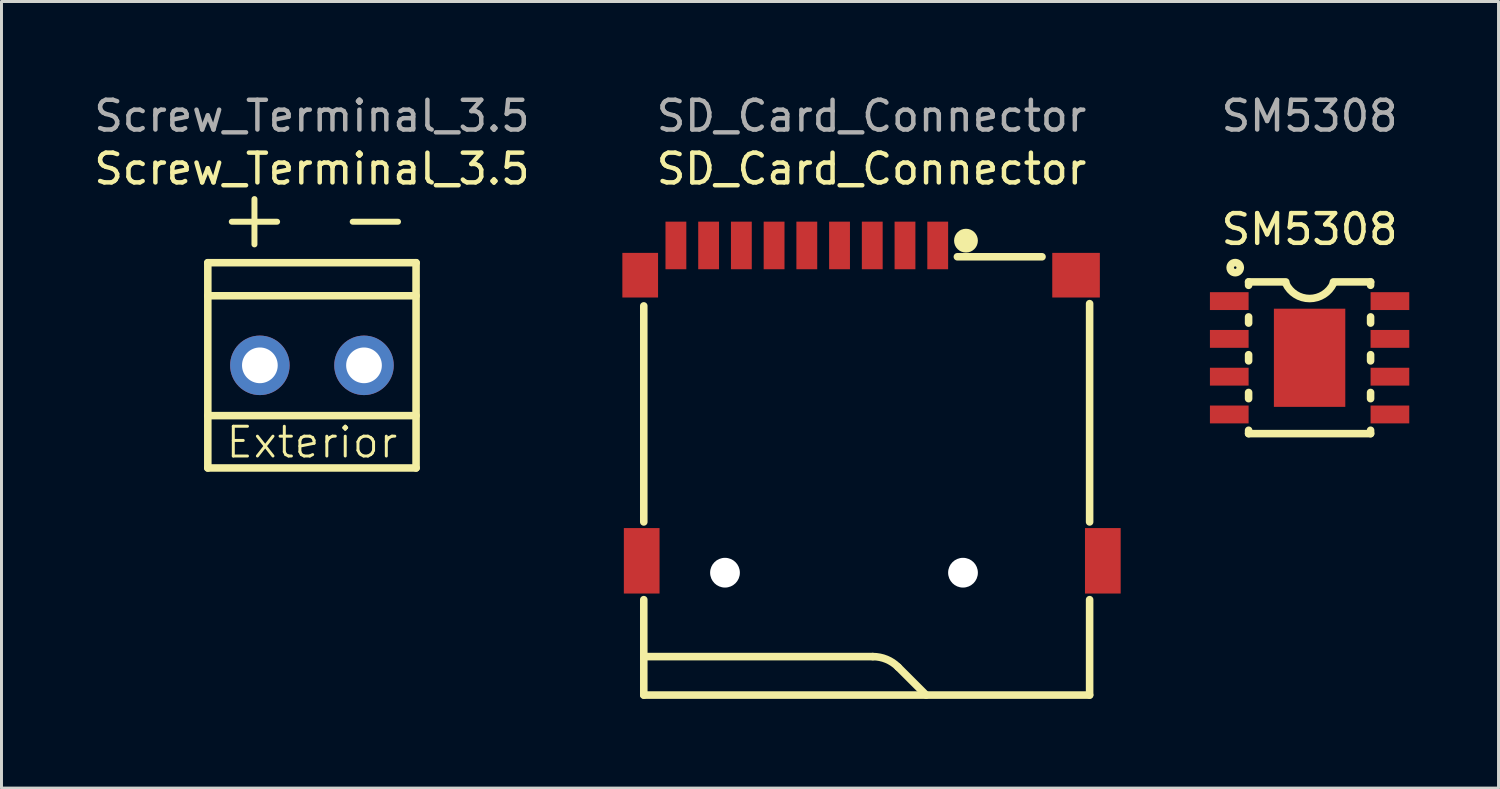
<source format=kicad_pcb>
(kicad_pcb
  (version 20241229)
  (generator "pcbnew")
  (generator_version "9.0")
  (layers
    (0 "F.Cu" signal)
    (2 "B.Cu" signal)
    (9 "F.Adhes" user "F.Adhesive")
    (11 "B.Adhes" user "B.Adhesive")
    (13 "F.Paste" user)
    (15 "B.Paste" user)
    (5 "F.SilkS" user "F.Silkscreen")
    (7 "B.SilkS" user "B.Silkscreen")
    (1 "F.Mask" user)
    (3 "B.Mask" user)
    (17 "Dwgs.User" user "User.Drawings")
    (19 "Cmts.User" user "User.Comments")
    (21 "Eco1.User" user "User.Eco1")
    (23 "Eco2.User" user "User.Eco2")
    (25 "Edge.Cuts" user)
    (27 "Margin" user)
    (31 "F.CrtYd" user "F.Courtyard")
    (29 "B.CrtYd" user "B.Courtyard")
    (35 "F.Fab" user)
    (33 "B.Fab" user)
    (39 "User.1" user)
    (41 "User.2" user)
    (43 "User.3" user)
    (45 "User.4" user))
  (footprint "SD_Card_Connector"
    (layer "F.Cu")
    (at 26.244 10.5)
    (property "Reference" "SD_Card_Connector" (at 0 -7.874 0) (unlocked yes) (layer "F.SilkS") (effects (font (size 1 1) (thickness 0.15))))
    (attr smd)
    (fp_line (start -7.655 3.994) (end -7.655 -3.268) (stroke (width 0.254) (type solid)) (layer "F.SilkS"))
    (fp_line (start -7.655 8.52) (end 0.045 8.52) (stroke (width 0.254) (type solid)) (layer "F.SilkS"))
    (fp_line (start -7.655 9.813) (end -7.655 6.606) (stroke (width 0.254) (type solid)) (layer "F.SilkS"))
    (fp_line (start 0.894 8.871) (end 1.836 9.813) (stroke (width 0.254) (type solid)) (layer "F.SilkS"))
    (fp_line (start 2.886 -4.919) (end 5.731 -4.919) (stroke (width 0.254) (type solid)) (layer "F.SilkS"))
    (fp_line (start 7.331 -3.344) (end 7.331 3.994) (stroke (width 0.254) (type solid)) (layer "F.SilkS"))
    (fp_line (start 7.331 6.606) (end 7.331 9.813) (stroke (width 0.254) (type solid)) (layer "F.SilkS"))
    (fp_line (start 7.331 9.813) (end -7.655 9.813) (stroke (width 0.254) (type solid)) (layer "F.SilkS"))
    (fp_arc (start 0.045 8.52) (mid 0.50421 8.611341) (end 0.893513 8.871457) (stroke (width 0.254) (type solid)) (layer "F.SilkS"))
    (fp_circle (center 3.175 -5.461) (end 3.375 -5.461) (stroke (width 0.4) (type solid)) (fill no) (layer "F.SilkS"))
    (fp_circle (center -4.925 5.7) (end -4.725 5.7) (stroke (width 0.4) (type solid)) (fill no) (layer "Cmts.User"))
    (fp_circle (center 3.075 5.7) (end 3.275 5.7) (stroke (width 0.4) (type solid)) (fill no) (layer "Cmts.User"))
    (fp_text user "${REFERENCE}" (at 0 -9.652 0) (unlocked yes) (layer "F.Fab") (effects (font (size 1 1) (thickness 0.15))))
    (pad "" np_thru_hole circle (at -4.925 5.7) (size 1 1) (drill 1) (layers "*.Cu" "*.Mask"))
    (pad "" np_thru_hole circle (at 3.075 5.7) (size 1 1) (drill 1) (layers "*.Cu" "*.Mask"))
    (pad "1" smd rect (at 2.225 -5.3) (size 0.7 1.6) (layers "F.Cu" "F.Mask" "F.Paste"))
    (pad "2" smd rect (at 1.125 -5.3) (size 0.7 1.6) (layers "F.Cu" "F.Mask" "F.Paste"))
    (pad "3" smd rect (at 0.025 -5.3) (size 0.7 1.6) (layers "F.Cu" "F.Mask" "F.Paste"))
    (pad "4" smd rect (at -1.075 -5.3) (size 0.7 1.6) (layers "F.Cu" "F.Mask" "F.Paste"))
    (pad "5" smd rect (at -2.175 -5.3) (size 0.7 1.6) (layers "F.Cu" "F.Mask" "F.Paste"))
    (pad "6" smd rect (at -3.275 -5.3) (size 0.7 1.6) (layers "F.Cu" "F.Mask" "F.Paste"))
    (pad "7" smd rect (at -4.375 -5.3) (size 0.7 1.6) (layers "F.Cu" "F.Mask" "F.Paste"))
    (pad "8" smd rect (at -5.475 -5.3) (size 0.7 1.6) (layers "F.Cu" "F.Mask" "F.Paste"))
    (pad "CD" smd rect (at -6.575 -5.3) (size 0.7 1.6) (layers "F.Cu" "F.Mask" "F.Paste"))
    (pad "G" smd rect (at -7.775 -4.3 180) (size 1.2 1.5) (layers "F.Cu" "F.Mask" "F.Paste"))
    (pad "G" smd rect (at -7.725 5.3) (size 1.2 2.2) (layers "F.Cu" "F.Mask" "F.Paste"))
    (pad "G" smd rect (at 6.875 -4.3) (size 1.6 1.5) (layers "F.Cu" "F.Mask" "F.Paste"))
    (pad "G" smd rect (at 7.775 5.3) (size 1.2 2.2) (layers "F.Cu" "F.Mask" "F.Paste")))
  (footprint "Screw_Terminal_3.5"
    (layer "F.Cu")
    (at 7.435 9.23)
    (property "Reference" "Screw_Terminal_3.5" (at 0 -6.604 0) (unlocked yes) (layer "F.SilkS") (effects (font (size 1 1) (thickness 0.15))))
    (attr smd)
    (fp_line (start -3.5 -3.45) (end -3.5 3.45) (stroke (width 0.254) (type solid)) (layer "F.SilkS"))
    (fp_line (start -3.5 -3.45) (end 3.5 -3.45) (stroke (width 0.254) (type solid)) (layer "F.SilkS"))
    (fp_line (start -3.5 -2.338) (end 3.5 -2.338) (stroke (width 0.254) (type solid)) (layer "F.SilkS"))
    (fp_line (start -3.5 1.69) (end 3.5 1.69) (stroke (width 0.254) (type solid)) (layer "F.SilkS"))
    (fp_line (start -3.5 3.45) (end 3.5 3.45) (stroke (width 0.254) (type solid)) (layer "F.SilkS"))
    (fp_line (start 3.5 -3.45) (end 3.5 3.45) (stroke (width 0.254) (type solid)) (layer "F.SilkS"))
    (fp_text user "-" (at 0.762 -3.81 0) (unlocked yes) (layer "F.SilkS") (effects (font (size 2 2) (thickness 0.2)) (justify left bottom)))
    (fp_text user "Exterior" (at 0 3.175 0) (unlocked yes) (layer "F.SilkS") (effects (font (size 1 1) (thickness 0.1)) (justify bottom)))
    (fp_text user "+" (at -3.302 -3.81 0) (unlocked yes) (layer "F.SilkS") (effects (font (size 2 2) (thickness 0.2)) (justify left bottom)))
    (fp_text user "${REFERENCE}" (at 0 -8.382 0) (unlocked yes) (layer "F.Fab") (effects (font (size 1 1) (thickness 0.15))))
    (pad "1" thru_hole circle (at -1.75 0) (size 2 2) (drill 1.2) (layers "*.Cu" "*.Paste" "*.Mask"))
    (pad "2" thru_hole circle (at 1.75 0) (size 2 2) (drill 1.2) (layers "*.Cu" "*.Paste" "*.Mask")))
  (footprint "SM5308"
    (layer "F.Cu")
    (at 40.969 8.976)
    (property "Reference" "SM5308" (at 0 -4.318 0) (unlocked yes) (layer "F.SilkS") (effects (font (size 1 1) (thickness 0.15))))
    (attr smd)
    (fp_line (start -2.05 -2.55) (end -2.05 -2.436) (stroke (width 0.254) (type solid)) (layer "F.SilkS"))
    (fp_line (start -2.05 -1.374) (end -2.05 -1.166) (stroke (width 0.254) (type solid)) (layer "F.SilkS"))
    (fp_line (start -2.05 -0.104) (end -2.05 0.104) (stroke (width 0.254) (type solid)) (layer "F.SilkS"))
    (fp_line (start -2.05 1.166) (end -2.05 1.374) (stroke (width 0.254) (type solid)) (layer "F.SilkS"))
    (fp_line (start -2.05 2.436) (end -2.05 2.55) (stroke (width 0.254) (type solid)) (layer "F.SilkS"))
    (fp_line (start -0.8 -2.55) (end -2.05 -2.55) (stroke (width 0.254) (type solid)) (layer "F.SilkS"))
    (fp_line (start 0.8 -2.55) (end 2.05 -2.55) (stroke (width 0.254) (type solid)) (layer "F.SilkS"))
    (fp_line (start 2.05 -2.55) (end 2.05 -2.436) (stroke (width 0.254) (type solid)) (layer "F.SilkS"))
    (fp_line (start 2.05 -1.374) (end 2.05 -1.166) (stroke (width 0.254) (type solid)) (layer "F.SilkS"))
    (fp_line (start 2.05 -0.104) (end 2.05 0.104) (stroke (width 0.254) (type solid)) (layer "F.SilkS"))
    (fp_line (start 2.05 1.166) (end 2.05 1.374) (stroke (width 0.254) (type solid)) (layer "F.SilkS"))
    (fp_line (start 2.05 2.436) (end 2.05 2.55) (stroke (width 0.254) (type solid)) (layer "F.SilkS"))
    (fp_line (start 2.05 2.55) (end -2.05 2.55) (stroke (width 0.254) (type solid)) (layer "F.SilkS"))
    (fp_arc (start 0.8 -2.5) (mid 0.000219 -1.99147) (end -0.799814 -2.499604) (stroke (width 0.254) (type solid)) (layer "F.SilkS"))
    (fp_circle (center -2.5 -3.03) (end -2.33 -3.03) (stroke (width 0.254) (type solid)) (fill no) (layer "F.SilkS"))
    (fp_text user "${REFERENCE}" (at 0 -8.128 0) (unlocked yes) (layer "F.Fab") (effects (font (size 1 1) (thickness 0.15))))
    (pad "1" smd rect (at -2.7 -1.905) (size 1.3 0.6) (layers "F.Cu" "F.Mask" "F.Paste"))
    (pad "2" smd rect (at -2.7 -0.635) (size 1.3 0.6) (layers "F.Cu" "F.Mask" "F.Paste"))
    (pad "3" smd rect (at -2.7 0.635) (size 1.3 0.6) (layers "F.Cu" "F.Mask" "F.Paste"))
    (pad "4" smd rect (at -2.7 1.905) (size 1.3 0.6) (layers "F.Cu" "F.Mask" "F.Paste"))
    (pad "5" smd rect (at 2.7 1.905) (size 1.3 0.6) (layers "F.Cu" "F.Mask" "F.Paste"))
    (pad "6" smd rect (at 2.7 0.635) (size 1.3 0.6) (layers "F.Cu" "F.Mask" "F.Paste"))
    (pad "7" smd rect (at 2.7 -0.635) (size 1.3 0.6) (layers "F.Cu" "F.Mask" "F.Paste"))
    (pad "8" smd rect (at 2.7 -1.905) (size 1.3 0.6) (layers "F.Cu" "F.Mask" "F.Paste"))
    (pad "9" smd rect (at 0 0) (size 2.4 3.3) (layers "F.Cu" "F.Mask" "F.Paste")))
  (gr_rect
    (start -3 -3)
    (end 47.319 23.44)
    (stroke (width 0.1) (type default))
    (fill no)
    (layer "Edge.Cuts")))
</source>
